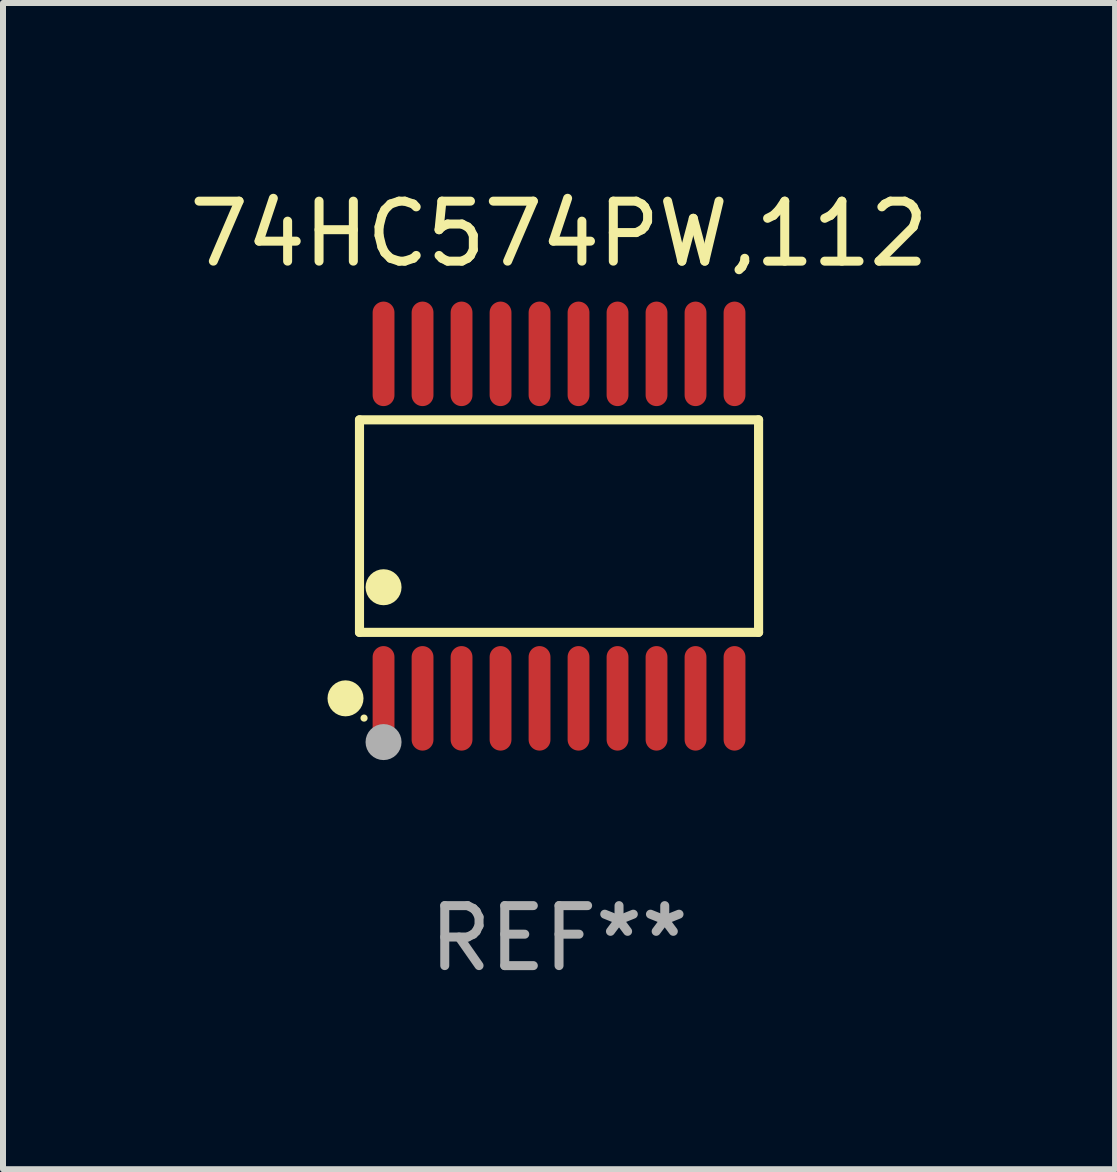
<source format=kicad_pcb>
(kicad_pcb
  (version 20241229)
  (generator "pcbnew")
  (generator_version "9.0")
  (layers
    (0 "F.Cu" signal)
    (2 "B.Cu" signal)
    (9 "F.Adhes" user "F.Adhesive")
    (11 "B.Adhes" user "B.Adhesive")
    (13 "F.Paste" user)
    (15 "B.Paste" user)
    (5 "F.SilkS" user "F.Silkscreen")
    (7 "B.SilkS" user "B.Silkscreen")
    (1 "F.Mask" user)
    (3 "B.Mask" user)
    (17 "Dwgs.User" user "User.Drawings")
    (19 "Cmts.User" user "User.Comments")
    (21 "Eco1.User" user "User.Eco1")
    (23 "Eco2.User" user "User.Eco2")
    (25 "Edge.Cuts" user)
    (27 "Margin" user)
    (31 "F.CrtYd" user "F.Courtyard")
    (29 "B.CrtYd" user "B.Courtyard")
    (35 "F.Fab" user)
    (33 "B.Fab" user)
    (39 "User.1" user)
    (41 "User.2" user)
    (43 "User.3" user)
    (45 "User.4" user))
  (footprint "74HC574PW,112"
    (layer "F.Cu")
    (at 6.268 5.719)
    (property "Reference" "74HC574PW,112" (at 0 -4.871 0) (layer "F.SilkS") (effects (font (size 1 1) (thickness 0.15))))
    (attr through_hole)
    (fp_line (start -3.326 -1.771) (end 3.326 -1.771) (stroke (width 0.152) (type solid)) (layer "F.SilkS"))
    (fp_line (start -3.326 1.771) (end -3.326 -1.771) (stroke (width 0.152) (type solid)) (layer "F.SilkS"))
    (fp_line (start 3.326 -1.771) (end 3.326 1.771) (stroke (width 0.152) (type solid)) (layer "F.SilkS"))
    (fp_line (start 3.326 1.771) (end -3.326 1.771) (stroke (width 0.152) (type solid)) (layer "F.SilkS"))
    (fp_circle (center -3.559 2.871) (end -3.409 2.871) (stroke (width 0.3) (type solid)) (fill no) (layer "F.SilkS"))
    (fp_circle (center -3.25 3.2) (end -3.22 3.2) (stroke (width 0.06) (type solid)) (fill no) (layer "F.SilkS"))
    (fp_circle (center -2.925 1.019) (end -2.775 1.019) (stroke (width 0.3) (type solid)) (fill no) (layer "F.SilkS"))
    (fp_circle (center -2.925 3.6) (end -2.775 3.6) (stroke (width 0.3) (type solid)) (fill no) (layer "F.Fab"))
    (fp_text user "REF**" (at 0 6.871 0) (layer "F.Fab") (effects (font (size 1 1) (thickness 0.15))))
    (pad "1" smd oval (at -2.925 2.871) (size 0.364 1.742) (layers "F.Cu" "F.Mask" "F.Paste"))
    (pad "2" smd oval (at -2.275 2.871) (size 0.364 1.742) (layers "F.Cu" "F.Mask" "F.Paste"))
    (pad "3" smd oval (at -1.625 2.871) (size 0.364 1.742) (layers "F.Cu" "F.Mask" "F.Paste"))
    (pad "4" smd oval (at -0.975 2.871) (size 0.364 1.742) (layers "F.Cu" "F.Mask" "F.Paste"))
    (pad "5" smd oval (at -0.325 2.871) (size 0.364 1.742) (layers "F.Cu" "F.Mask" "F.Paste"))
    (pad "6" smd oval (at 0.325 2.871) (size 0.364 1.742) (layers "F.Cu" "F.Mask" "F.Paste"))
    (pad "7" smd oval (at 0.975 2.871) (size 0.364 1.742) (layers "F.Cu" "F.Mask" "F.Paste"))
    (pad "8" smd oval (at 1.625 2.871) (size 0.364 1.742) (layers "F.Cu" "F.Mask" "F.Paste"))
    (pad "9" smd oval (at 2.275 2.871) (size 0.364 1.742) (layers "F.Cu" "F.Mask" "F.Paste"))
    (pad "10" smd oval (at 2.925 2.871) (size 0.364 1.742) (layers "F.Cu" "F.Mask" "F.Paste"))
    (pad "11" smd oval (at 2.925 -2.871) (size 0.364 1.742) (layers "F.Cu" "F.Mask" "F.Paste"))
    (pad "12" smd oval (at 2.275 -2.871) (size 0.364 1.742) (layers "F.Cu" "F.Mask" "F.Paste"))
    (pad "13" smd oval (at 1.625 -2.871) (size 0.364 1.742) (layers "F.Cu" "F.Mask" "F.Paste"))
    (pad "14" smd oval (at 0.975 -2.871) (size 0.364 1.742) (layers "F.Cu" "F.Mask" "F.Paste"))
    (pad "15" smd oval (at 0.325 -2.871) (size 0.364 1.742) (layers "F.Cu" "F.Mask" "F.Paste"))
    (pad "16" smd oval (at -0.325 -2.871) (size 0.364 1.742) (layers "F.Cu" "F.Mask" "F.Paste"))
    (pad "17" smd oval (at -0.975 -2.871) (size 0.364 1.742) (layers "F.Cu" "F.Mask" "F.Paste"))
    (pad "18" smd oval (at -1.625 -2.871) (size 0.364 1.742) (layers "F.Cu" "F.Mask" "F.Paste"))
    (pad "19" smd oval (at -2.275 -2.871) (size 0.364 1.742) (layers "F.Cu" "F.Mask" "F.Paste"))
    (pad "20" smd oval (at -2.925 -2.871) (size 0.364 1.742) (layers "F.Cu" "F.Mask" "F.Paste")))
  (gr_rect
    (start -3 -3)
    (end 15.536 16.438)
    (stroke (width 0.1) (type default))
    (fill no)
    (layer "Edge.Cuts")))
</source>
